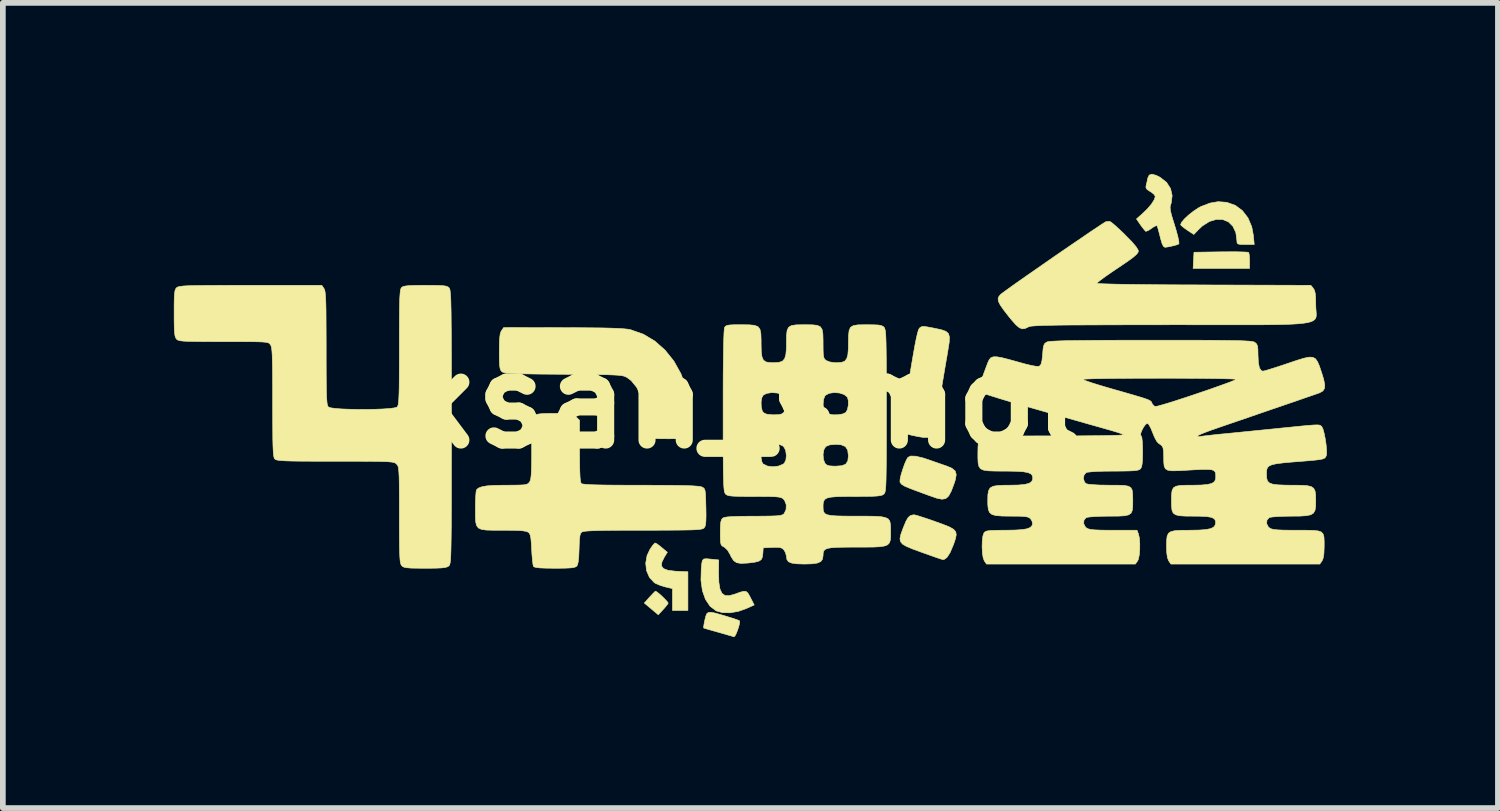
<source format=kicad_pcb>
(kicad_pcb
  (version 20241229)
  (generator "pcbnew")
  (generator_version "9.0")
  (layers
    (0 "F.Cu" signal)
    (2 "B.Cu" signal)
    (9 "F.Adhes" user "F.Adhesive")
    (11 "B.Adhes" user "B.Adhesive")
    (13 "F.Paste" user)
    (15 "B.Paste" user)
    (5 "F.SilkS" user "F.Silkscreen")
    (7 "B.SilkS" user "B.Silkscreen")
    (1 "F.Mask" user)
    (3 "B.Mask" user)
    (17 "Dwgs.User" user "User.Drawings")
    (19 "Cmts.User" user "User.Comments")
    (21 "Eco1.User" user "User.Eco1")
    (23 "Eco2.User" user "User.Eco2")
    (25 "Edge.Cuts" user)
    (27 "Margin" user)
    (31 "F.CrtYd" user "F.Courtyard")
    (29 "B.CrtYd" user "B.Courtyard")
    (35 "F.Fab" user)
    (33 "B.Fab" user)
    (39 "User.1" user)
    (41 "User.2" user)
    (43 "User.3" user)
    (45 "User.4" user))
  (footprint "ksan_smol"
    (layer "F.Cu")
    (at 10.006 3.98)
    (property "Reference" "ksan_smol" (at 0 0 0) (layer "F.SilkS") (effects (font (size 1.524 1.524) (thickness 0.3))))
    (attr through_hole)
    (fp_poly (pts (xy 7.882 -2.463) (xy 7.89 -2.605) (xy 8.361 -2.612) (xy 8.508 -2.613) (xy 8.639 -2.613) (xy 8.744 -2.61) (xy 8.817 -2.607) (xy 8.848 -2.602) (xy 8.848 -2.602) (xy 8.858 -2.569) (xy 8.864 -2.504) (xy 8.865 -2.453) (xy 8.865 -2.321) (xy 7.875 -2.321) (xy 7.882 -2.463)) (stroke (width 0.01) (type solid)) (fill yes) (layer "F.SilkS"))
    (fp_poly (pts (xy -1.753 3.549) (xy -1.662 3.447) (xy -1.609 3.391) (xy -1.57 3.351) (xy -1.557 3.341) (xy -1.533 3.353) (xy -1.486 3.391) (xy -1.438 3.434) (xy -1.382 3.49) (xy -1.344 3.533) (xy -1.334 3.551) (xy -1.35 3.577) (xy -1.39 3.626) (xy -1.422 3.662) (xy -1.508 3.755) (xy -1.753 3.549)) (stroke (width 0.01) (type solid)) (fill yes) (layer "F.SilkS"))
    (fp_poly (pts (xy -1.259 3.296) (xy -1.389 3.265) (xy -1.475 3.239) (xy -1.551 3.207) (xy -1.578 3.191) (xy -1.663 3.099) (xy -1.714 2.981) (xy -1.728 2.85) (xy -1.705 2.716) (xy -1.655 2.61) (xy -1.612 2.546) (xy -1.577 2.505) (xy -1.562 2.495) (xy -1.534 2.509) (xy -1.483 2.547) (xy -1.446 2.577) (xy -1.349 2.659) (xy -1.403 2.746) (xy -1.446 2.834) (xy -1.451 2.899) (xy -1.416 2.945) (xy -1.337 2.975) (xy -1.213 2.99) (xy -1.179 2.992) (xy -0.988 3) (xy -0.988 3.34) (xy -0.988 3.679) (xy -1.259 3.679) (xy -1.259 3.296)) (stroke (width 0.01) (type solid)) (fill yes) (layer "F.SilkS"))
    (fp_poly (pts (xy -0.216 4.13) (xy -0.287 4.11) (xy -0.382 4.082) (xy -0.457 4.061) (xy -0.56 4.032) (xy -0.644 4.008) (xy -0.698 3.991) (xy -0.712 3.986) (xy -0.712 3.961) (xy -0.702 3.901) (xy -0.69 3.842) (xy -0.674 3.778) (xy -0.656 3.735) (xy -0.628 3.714) (xy -0.581 3.711) (xy -0.506 3.726) (xy -0.397 3.757) (xy -0.326 3.778) (xy -0.226 3.809) (xy -0.145 3.835) (xy -0.095 3.854) (xy -0.083 3.86) (xy -0.08 3.89) (xy -0.092 3.948) (xy -0.114 4.017) (xy -0.139 4.082) (xy -0.164 4.129) (xy -0.181 4.141) (xy -0.216 4.13)) (stroke (width 0.01) (type solid)) (fill yes) (layer "F.SilkS"))
    (fp_poly (pts (xy -0.383 3.717) (xy -0.491 3.687) (xy -0.493 3.686) (xy -0.599 3.605) (xy -0.68 3.485) (xy -0.734 3.332) (xy -0.759 3.15) (xy -0.754 2.95) (xy -0.745 2.857) (xy -0.734 2.802) (xy -0.709 2.776) (xy -0.66 2.772) (xy -0.576 2.78) (xy -0.538 2.784) (xy -0.447 2.793) (xy -0.45 3.025) (xy -0.445 3.186) (xy -0.426 3.303) (xy -0.391 3.379) (xy -0.336 3.417) (xy -0.259 3.419) (xy -0.168 3.394) (xy -0.069 3.358) (xy -0.004 3.342) (xy 0.038 3.349) (xy 0.069 3.381) (xy 0.102 3.44) (xy 0.11 3.456) (xy 0.175 3.583) (xy 0.035 3.646) (xy -0.106 3.696) (xy -0.251 3.72) (xy -0.383 3.717)) (stroke (width 0.01) (type solid)) (fill yes) (layer "F.SilkS"))
    (fp_poly (pts (xy 3.379 1.71) (xy 3.255 1.667) (xy 3.254 1.667) (xy 3.137 1.624) (xy 3.007 1.576) (xy 2.917 1.542) (xy 2.818 1.501) (xy 2.759 1.465) (xy 2.733 1.429) (xy 2.732 1.425) (xy 2.734 1.378) (xy 2.751 1.301) (xy 2.779 1.209) (xy 2.811 1.117) (xy 2.845 1.039) (xy 2.871 0.994) (xy 2.921 0.97) (xy 3.009 0.973) (xy 3.138 1.004) (xy 3.235 1.036) (xy 3.346 1.075) (xy 3.459 1.114) (xy 3.551 1.146) (xy 3.552 1.146) (xy 3.646 1.186) (xy 3.701 1.233) (xy 3.719 1.296) (xy 3.704 1.385) (xy 3.679 1.462) (xy 3.631 1.588) (xy 3.586 1.672) (xy 3.535 1.717) (xy 3.469 1.728) (xy 3.379 1.71)) (stroke (width 0.01) (type solid)) (fill yes) (layer "F.SilkS"))
    (fp_poly (pts (xy 3.444 2.775) (xy 3.372 2.751) (xy 3.273 2.716) (xy 3.155 2.674) (xy 3.102 2.655) (xy 2.954 2.601) (xy 2.847 2.556) (xy 2.778 2.516) (xy 2.741 2.472) (xy 2.732 2.419) (xy 2.746 2.35) (xy 2.778 2.259) (xy 2.792 2.224) (xy 2.836 2.117) (xy 2.875 2.049) (xy 2.916 2.014) (xy 2.964 2.002) (xy 2.984 2.002) (xy 3.021 2.01) (xy 3.095 2.033) (xy 3.196 2.066) (xy 3.315 2.107) (xy 3.357 2.122) (xy 3.503 2.175) (xy 3.608 2.218) (xy 3.675 2.258) (xy 3.711 2.3) (xy 3.719 2.352) (xy 3.706 2.42) (xy 3.676 2.51) (xy 3.669 2.528) (xy 3.612 2.663) (xy 3.557 2.749) (xy 3.504 2.786) (xy 3.478 2.786) (xy 3.444 2.775)) (stroke (width 0.01) (type solid)) (fill yes) (layer "F.SilkS"))
    (fp_poly (pts (xy 8.712 -2.742) (xy 8.666 -2.749) (xy 8.647 -2.766) (xy 8.643 -2.799) (xy 8.643 -2.809) (xy 8.624 -2.951) (xy 8.572 -3.061) (xy 8.494 -3.138) (xy 8.395 -3.178) (xy 8.282 -3.181) (xy 8.161 -3.145) (xy 8.038 -3.067) (xy 7.976 -3.009) (xy 7.887 -2.917) (xy 7.771 -2.993) (xy 7.708 -3.038) (xy 7.665 -3.075) (xy 7.655 -3.09) (xy 7.674 -3.132) (xy 7.725 -3.192) (xy 7.797 -3.259) (xy 7.881 -3.325) (xy 7.965 -3.381) (xy 8.01 -3.406) (xy 8.169 -3.467) (xy 8.313 -3.492) (xy 8.459 -3.481) (xy 8.47 -3.479) (xy 8.616 -3.427) (xy 8.739 -3.335) (xy 8.837 -3.208) (xy 8.903 -3.053) (xy 8.931 -2.905) (xy 8.947 -2.741) (xy 8.795 -2.741) (xy 8.712 -2.742)) (stroke (width 0.01) (type solid)) (fill yes) (layer "F.SilkS"))
    (fp_poly (pts (xy 3.062 0.631) (xy 2.943 0.607) (xy 2.864 0.586) (xy 2.815 0.564) (xy 2.789 0.538) (xy 2.775 0.502) (xy 2.775 0.501) (xy 2.775 0.461) (xy 2.782 0.377) (xy 2.797 0.256) (xy 2.818 0.102) (xy 2.845 -0.079) (xy 2.877 -0.282) (xy 2.897 -0.404) (xy 2.936 -0.64) (xy 2.969 -0.831) (xy 2.996 -0.982) (xy 3.019 -1.096) (xy 3.038 -1.179) (xy 3.054 -1.235) (xy 3.069 -1.267) (xy 3.078 -1.277) (xy 3.102 -1.294) (xy 3.125 -1.303) (xy 3.16 -1.303) (xy 3.217 -1.294) (xy 3.308 -1.277) (xy 3.334 -1.272) (xy 3.457 -1.246) (xy 3.538 -1.217) (xy 3.583 -1.177) (xy 3.6 -1.117) (xy 3.596 -1.028) (xy 3.584 -0.95) (xy 3.562 -0.815) (xy 3.535 -0.659) (xy 3.506 -0.488) (xy 3.476 -0.309) (xy 3.445 -0.129) (xy 3.414 0.044) (xy 3.386 0.204) (xy 3.362 0.344) (xy 3.341 0.457) (xy 3.327 0.535) (xy 3.319 0.573) (xy 3.319 0.574) (xy 3.291 0.621) (xy 3.237 0.644) (xy 3.152 0.645) (xy 3.062 0.631)) (stroke (width 0.01) (type solid)) (fill yes) (layer "F.SilkS"))
    (fp_poly (pts (xy 7.355 -2.707) (xy 7.33 -2.757) (xy 7.303 -2.848) (xy 7.298 -2.871) (xy 7.275 -2.96) (xy 7.256 -3.03) (xy 7.244 -3.068) (xy 7.243 -3.07) (xy 7.218 -3.068) (xy 7.17 -3.042) (xy 7.147 -3.025) (xy 7.091 -2.988) (xy 7.05 -2.972) (xy 7.042 -2.973) (xy 7.017 -3) (xy 6.976 -3.052) (xy 6.951 -3.087) (xy 6.881 -3.189) (xy 6.984 -3.28) (xy 7.072 -3.365) (xy 7.145 -3.451) (xy 7.193 -3.527) (xy 7.211 -3.582) (xy 7.191 -3.618) (xy 7.141 -3.659) (xy 7.123 -3.669) (xy 7.067 -3.706) (xy 7.047 -3.74) (xy 7.05 -3.775) (xy 7.067 -3.845) (xy 7.079 -3.905) (xy 7.104 -3.958) (xy 7.152 -3.975) (xy 7.227 -3.954) (xy 7.296 -3.919) (xy 7.408 -3.832) (xy 7.479 -3.722) (xy 7.507 -3.598) (xy 7.49 -3.466) (xy 7.482 -3.443) (xy 7.471 -3.396) (xy 7.476 -3.336) (xy 7.497 -3.251) (xy 7.516 -3.188) (xy 7.569 -3.018) (xy 7.605 -2.888) (xy 7.624 -2.799) (xy 7.626 -2.755) (xy 7.624 -2.751) (xy 7.591 -2.736) (xy 7.529 -2.719) (xy 7.458 -2.703) (xy 7.396 -2.693) (xy 7.381 -2.692) (xy 7.355 -2.707)) (stroke (width 0.01) (type solid)) (fill yes) (layer "F.SilkS"))
    (fp_poly (pts (xy -1.346 0.667) (xy -1.496 0.666) (xy -1.604 0.659) (xy -1.676 0.641) (xy -1.721 0.608) (xy -1.744 0.552) (xy -1.752 0.47) (xy -1.754 0.359) (xy -1.769 0.126) (xy -1.812 -0.071) (xy -1.884 -0.231) (xy -1.982 -0.352) (xy -2.047 -0.401) (xy -2.07 -0.415) (xy -2.094 -0.426) (xy -2.123 -0.435) (xy -2.164 -0.442) (xy -2.22 -0.448) (xy -2.296 -0.452) (xy -2.397 -0.456) (xy -2.528 -0.458) (xy -2.693 -0.46) (xy -2.898 -0.462) (xy -3.147 -0.464) (xy -3.173 -0.464) (xy -3.43 -0.466) (xy -3.642 -0.468) (xy -3.813 -0.471) (xy -3.949 -0.474) (xy -4.053 -0.478) (xy -4.13 -0.483) (xy -4.184 -0.488) (xy -4.22 -0.495) (xy -4.243 -0.504) (xy -4.253 -0.511) (xy -4.272 -0.535) (xy -4.284 -0.57) (xy -4.292 -0.628) (xy -4.296 -0.716) (xy -4.297 -0.843) (xy -4.297 -0.863) (xy -4.295 -1.004) (xy -4.29 -1.104) (xy -4.281 -1.172) (xy -4.266 -1.216) (xy -4.258 -1.229) (xy -4.22 -1.284) (xy -3.178 -1.282) (xy -2.901 -1.281) (xy -2.67 -1.279) (xy -2.48 -1.277) (xy -2.326 -1.273) (xy -2.205 -1.268) (xy -2.112 -1.262) (xy -2.043 -1.255) (xy -1.994 -1.246) (xy -1.77 -1.167) (xy -1.567 -1.046) (xy -1.388 -0.887) (xy -1.234 -0.695) (xy -1.11 -0.473) (xy -1.018 -0.225) (xy -0.96 0.044) (xy -0.939 0.331) (xy -0.939 0.338) (xy -0.939 0.459) (xy -0.945 0.546) (xy -0.964 0.605) (xy -1.003 0.64) (xy -1.069 0.659) (xy -1.168 0.666) (xy -1.309 0.667) (xy -1.346 0.667)) (stroke (width 0.01) (type solid)) (fill yes) (layer "F.SilkS"))
    (fp_poly (pts (xy 4.826 -1.281) (xy 4.768 -1.33) (xy 4.693 -1.414) (xy 4.643 -1.475) (xy 4.552 -1.592) (xy 4.492 -1.678) (xy 4.46 -1.742) (xy 4.453 -1.791) (xy 4.469 -1.832) (xy 4.497 -1.864) (xy 4.53 -1.89) (xy 4.597 -1.939) (xy 4.694 -2.009) (xy 4.816 -2.095) (xy 4.958 -2.195) (xy 5.114 -2.303) (xy 5.279 -2.418) (xy 5.449 -2.536) (xy 5.618 -2.652) (xy 5.781 -2.764) (xy 5.933 -2.867) (xy 6.068 -2.96) (xy 6.183 -3.036) (xy 6.271 -3.095) (xy 6.328 -3.131) (xy 6.346 -3.141) (xy 6.403 -3.146) (xy 6.421 -3.142) (xy 6.451 -3.121) (xy 6.509 -3.072) (xy 6.586 -3.002) (xy 6.674 -2.918) (xy 6.686 -2.905) (xy 6.799 -2.79) (xy 6.873 -2.703) (xy 6.91 -2.644) (xy 6.914 -2.624) (xy 6.906 -2.598) (xy 6.879 -2.565) (xy 6.828 -2.52) (xy 6.747 -2.46) (xy 6.632 -2.381) (xy 6.55 -2.326) (xy 6.433 -2.247) (xy 6.331 -2.176) (xy 6.251 -2.117) (xy 6.201 -2.077) (xy 6.186 -2.061) (xy 6.21 -2.056) (xy 6.282 -2.052) (xy 6.399 -2.048) (xy 6.559 -2.044) (xy 6.761 -2.041) (xy 7.001 -2.038) (xy 7.279 -2.035) (xy 7.591 -2.033) (xy 7.937 -2.032) (xy 8.063 -2.031) (xy 9.94 -2.025) (xy 9.983 -1.973) (xy 10.004 -1.937) (xy 10.017 -1.885) (xy 10.024 -1.806) (xy 10.026 -1.688) (xy 10.026 -1.678) (xy 10.028 -1.622) (xy 10.032 -1.573) (xy 10.035 -1.529) (xy 10.035 -1.491) (xy 10.029 -1.459) (xy 10.013 -1.43) (xy 9.986 -1.407) (xy 9.944 -1.387) (xy 9.885 -1.371) (xy 9.806 -1.359) (xy 9.704 -1.349) (xy 9.577 -1.342) (xy 9.421 -1.337) (xy 9.235 -1.334) (xy 9.014 -1.332) (xy 8.757 -1.332) (xy 8.46 -1.332) (xy 8.121 -1.332) (xy 7.738 -1.333) (xy 7.473 -1.333) (xy 7.065 -1.332) (xy 6.704 -1.332) (xy 6.387 -1.331) (xy 6.111 -1.33) (xy 5.873 -1.329) (xy 5.67 -1.328) (xy 5.5 -1.326) (xy 5.36 -1.323) (xy 5.247 -1.321) (xy 5.159 -1.317) (xy 5.092 -1.313) (xy 5.043 -1.309) (xy 5.011 -1.304) (xy 4.992 -1.298) (xy 4.988 -1.296) (xy 4.929 -1.268) (xy 4.877 -1.261) (xy 4.826 -1.281)) (stroke (width 0.01) (type solid)) (fill yes) (layer "F.SilkS"))
    (fp_poly (pts (xy -3.477 2.937) (xy -3.587 2.933) (xy -3.657 2.924) (xy -3.692 2.912) (xy -3.697 2.908) (xy -3.706 2.872) (xy -3.715 2.798) (xy -3.724 2.698) (xy -3.729 2.609) (xy -3.736 2.487) (xy -3.744 2.405) (xy -3.756 2.353) (xy -3.773 2.321) (xy -3.789 2.307) (xy -3.821 2.293) (xy -3.877 2.283) (xy -3.963 2.276) (xy -4.086 2.273) (xy -4.236 2.272) (xy -4.401 2.272) (xy -4.524 2.269) (xy -4.609 2.257) (xy -4.665 2.231) (xy -4.697 2.187) (xy -4.712 2.119) (xy -4.716 2.021) (xy -4.716 1.889) (xy -4.716 1.887) (xy -4.715 1.77) (xy -4.71 1.669) (xy -4.704 1.597) (xy -4.697 1.563) (xy -4.664 1.533) (xy -4.605 1.51) (xy -4.516 1.494) (xy -4.39 1.485) (xy -4.221 1.482) (xy -4.173 1.482) (xy -4.031 1.481) (xy -3.93 1.479) (xy -3.862 1.475) (xy -3.819 1.467) (xy -3.792 1.454) (xy -3.774 1.435) (xy -3.767 1.427) (xy -3.754 1.401) (xy -3.744 1.36) (xy -3.737 1.299) (xy -3.733 1.211) (xy -3.73 1.089) (xy -3.729 0.927) (xy -3.729 0.838) (xy -3.729 0.661) (xy -3.727 0.527) (xy -3.724 0.428) (xy -3.72 0.36) (xy -3.712 0.315) (xy -3.702 0.286) (xy -3.688 0.267) (xy -3.684 0.263) (xy -3.656 0.246) (xy -3.612 0.234) (xy -3.544 0.226) (xy -3.442 0.223) (xy -3.325 0.222) (xy -3.194 0.223) (xy -3.104 0.225) (xy -3.043 0.231) (xy -3.003 0.243) (xy -2.974 0.26) (xy -2.95 0.283) (xy -2.889 0.343) (xy -2.889 0.883) (xy -2.888 1.08) (xy -2.885 1.232) (xy -2.88 1.342) (xy -2.873 1.412) (xy -2.862 1.448) (xy -2.86 1.452) (xy -2.838 1.46) (xy -2.789 1.466) (xy -2.708 1.472) (xy -2.594 1.476) (xy -2.442 1.479) (xy -2.249 1.481) (xy -2.012 1.482) (xy -1.816 1.482) (xy -1.547 1.483) (xy -1.323 1.484) (xy -1.141 1.486) (xy -0.998 1.489) (xy -0.89 1.494) (xy -0.813 1.5) (xy -0.763 1.507) (xy -0.741 1.514) (xy -0.716 1.528) (xy -0.698 1.547) (xy -0.687 1.58) (xy -0.68 1.635) (xy -0.676 1.721) (xy -0.673 1.847) (xy -0.672 1.869) (xy -0.67 2.006) (xy -0.672 2.102) (xy -0.677 2.166) (xy -0.688 2.206) (xy -0.704 2.231) (xy -0.705 2.232) (xy -0.719 2.242) (xy -0.743 2.25) (xy -0.782 2.257) (xy -0.84 2.262) (xy -0.921 2.266) (xy -1.03 2.268) (xy -1.172 2.27) (xy -1.35 2.271) (xy -1.57 2.272) (xy -1.775 2.272) (xy -2.043 2.272) (xy -2.265 2.273) (xy -2.445 2.275) (xy -2.586 2.278) (xy -2.694 2.282) (xy -2.77 2.287) (xy -2.82 2.294) (xy -2.846 2.302) (xy -2.849 2.303) (xy -2.869 2.326) (xy -2.882 2.365) (xy -2.89 2.43) (xy -2.895 2.531) (xy -2.897 2.596) (xy -2.903 2.74) (xy -2.914 2.837) (xy -2.931 2.892) (xy -2.935 2.898) (xy -2.956 2.914) (xy -2.991 2.926) (xy -3.049 2.933) (xy -3.137 2.937) (xy -3.263 2.939) (xy -3.323 2.939) (xy -3.477 2.937)) (stroke (width 0.01) (type solid)) (fill yes) (layer "F.SilkS"))
    (fp_poly (pts (xy -5.743 2.938) (xy -5.847 2.936) (xy -5.918 2.93) (xy -5.963 2.922) (xy -5.992 2.909) (xy -6.009 2.893) (xy -6.02 2.877) (xy -6.029 2.851) (xy -6.036 2.81) (xy -6.041 2.75) (xy -6.045 2.666) (xy -6.048 2.551) (xy -6.049 2.402) (xy -6.05 2.213) (xy -6.05 2.004) (xy -6.05 1.778) (xy -6.051 1.595) (xy -6.052 1.452) (xy -6.054 1.342) (xy -6.058 1.261) (xy -6.063 1.204) (xy -6.069 1.165) (xy -6.078 1.139) (xy -6.09 1.122) (xy -6.1 1.111) (xy -6.113 1.099) (xy -6.131 1.089) (xy -6.157 1.081) (xy -6.197 1.075) (xy -6.254 1.07) (xy -6.334 1.067) (xy -6.442 1.064) (xy -6.581 1.063) (xy -6.756 1.062) (xy -6.973 1.062) (xy -7.172 1.062) (xy -7.427 1.062) (xy -7.637 1.061) (xy -7.807 1.06) (xy -7.94 1.058) (xy -8.042 1.055) (xy -8.118 1.05) (xy -8.17 1.045) (xy -8.205 1.038) (xy -8.225 1.03) (xy -8.234 1.023) (xy -8.244 1.008) (xy -8.252 0.982) (xy -8.258 0.941) (xy -8.263 0.879) (xy -8.267 0.793) (xy -8.27 0.677) (xy -8.271 0.527) (xy -8.272 0.338) (xy -8.273 0.106) (xy -8.273 0.028) (xy -8.273 -0.219) (xy -8.274 -0.421) (xy -8.275 -0.583) (xy -8.278 -0.71) (xy -8.281 -0.807) (xy -8.286 -0.877) (xy -8.292 -0.927) (xy -8.3 -0.959) (xy -8.31 -0.98) (xy -8.311 -0.982) (xy -8.323 -0.997) (xy -8.337 -1.01) (xy -8.36 -1.019) (xy -8.396 -1.026) (xy -8.452 -1.031) (xy -8.531 -1.034) (xy -8.641 -1.036) (xy -8.785 -1.037) (xy -8.969 -1.037) (xy -9.135 -1.037) (xy -9.353 -1.037) (xy -9.528 -1.038) (xy -9.663 -1.04) (xy -9.766 -1.042) (xy -9.84 -1.046) (xy -9.891 -1.052) (xy -9.924 -1.06) (xy -9.946 -1.069) (xy -9.96 -1.082) (xy -9.96 -1.082) (xy -9.976 -1.106) (xy -9.987 -1.143) (xy -9.994 -1.201) (xy -9.999 -1.288) (xy -10.001 -1.41) (xy -10.001 -1.535) (xy -10.001 -1.688) (xy -9.999 -1.799) (xy -9.994 -1.877) (xy -9.987 -1.927) (xy -9.976 -1.96) (xy -9.96 -1.981) (xy -9.956 -1.984) (xy -9.942 -1.993) (xy -9.92 -2.001) (xy -9.886 -2.007) (xy -9.835 -2.013) (xy -9.763 -2.017) (xy -9.667 -2.02) (xy -9.542 -2.022) (xy -9.384 -2.023) (xy -9.189 -2.024) (xy -8.953 -2.025) (xy -8.672 -2.025) (xy -8.661 -2.025) (xy -7.411 -2.025) (xy -7.373 -1.97) (xy -7.363 -1.951) (xy -7.355 -1.92) (xy -7.349 -1.874) (xy -7.344 -1.808) (xy -7.34 -1.717) (xy -7.337 -1.596) (xy -7.336 -1.442) (xy -7.335 -1.248) (xy -7.334 -1.012) (xy -7.334 -0.922) (xy -7.334 -0.671) (xy -7.333 -0.465) (xy -7.332 -0.3) (xy -7.33 -0.17) (xy -7.327 -0.071) (xy -7.322 0.001) (xy -7.317 0.051) (xy -7.309 0.084) (xy -7.301 0.103) (xy -7.295 0.109) (xy -7.257 0.124) (xy -7.177 0.135) (xy -7.067 0.144) (xy -6.933 0.149) (xy -6.785 0.152) (xy -6.631 0.153) (xy -6.482 0.15) (xy -6.344 0.145) (xy -6.228 0.137) (xy -6.141 0.126) (xy -6.093 0.113) (xy -6.089 0.109) (xy -6.079 0.095) (xy -6.071 0.07) (xy -6.065 0.029) (xy -6.06 -0.031) (xy -6.056 -0.116) (xy -6.053 -0.229) (xy -6.052 -0.376) (xy -6.051 -0.56) (xy -6.05 -0.787) (xy -6.05 -0.938) (xy -6.05 -1.191) (xy -6.049 -1.4) (xy -6.048 -1.567) (xy -6.046 -1.699) (xy -6.043 -1.8) (xy -6.038 -1.874) (xy -6.033 -1.925) (xy -6.026 -1.959) (xy -6.017 -1.979) (xy -6.011 -1.986) (xy -5.988 -2.002) (xy -5.948 -2.012) (xy -5.884 -2.019) (xy -5.788 -2.023) (xy -5.654 -2.025) (xy -5.595 -2.025) (xy -5.449 -2.024) (xy -5.344 -2.022) (xy -5.272 -2.017) (xy -5.225 -2.009) (xy -5.196 -1.996) (xy -5.177 -1.98) (xy -5.171 -1.969) (xy -5.164 -1.952) (xy -5.159 -1.924) (xy -5.155 -1.884) (xy -5.151 -1.828) (xy -5.147 -1.754) (xy -5.145 -1.658) (xy -5.142 -1.537) (xy -5.141 -1.389) (xy -5.139 -1.211) (xy -5.138 -1) (xy -5.137 -0.752) (xy -5.137 -0.465) (xy -5.137 -0.137) (xy -5.136 0.237) (xy -5.136 0.461) (xy -5.136 0.859) (xy -5.137 1.21) (xy -5.137 1.518) (xy -5.137 1.785) (xy -5.138 2.015) (xy -5.139 2.209) (xy -5.141 2.372) (xy -5.143 2.507) (xy -5.145 2.615) (xy -5.148 2.701) (xy -5.151 2.766) (xy -5.155 2.814) (xy -5.16 2.848) (xy -5.166 2.872) (xy -5.172 2.886) (xy -5.179 2.896) (xy -5.182 2.898) (xy -5.207 2.914) (xy -5.246 2.925) (xy -5.308 2.933) (xy -5.399 2.937) (xy -5.528 2.939) (xy -5.598 2.939) (xy -5.743 2.938)) (stroke (width 0.01) (type solid)) (fill yes) (layer "F.SilkS"))
    (fp_poly (pts (xy 0.923 2.861) (xy 0.832 2.848) (xy 0.776 2.824) (xy 0.748 2.784) (xy 0.741 2.73) (xy 0.725 2.667) (xy 0.698 2.619) (xy 0.667 2.59) (xy 0.627 2.575) (xy 0.564 2.571) (xy 0.494 2.573) (xy 0.333 2.581) (xy 0.326 2.687) (xy 0.317 2.747) (xy 0.297 2.788) (xy 0.255 2.815) (xy 0.183 2.833) (xy 0.071 2.847) (xy 0.054 2.848) (xy -0.058 2.854) (xy -0.134 2.841) (xy -0.187 2.803) (xy -0.231 2.734) (xy -0.244 2.704) (xy -0.291 2.624) (xy -0.345 2.571) (xy -0.357 2.564) (xy -0.387 2.548) (xy -0.405 2.526) (xy -0.415 2.486) (xy -0.419 2.419) (xy -0.42 2.314) (xy -0.418 2.203) (xy -0.412 2.131) (xy -0.399 2.087) (xy -0.379 2.061) (xy -0.377 2.059) (xy -0.347 2.047) (xy -0.292 2.038) (xy -0.205 2.032) (xy -0.082 2.028) (xy 0.084 2.026) (xy 0.163 2.026) (xy 0.333 2.025) (xy 0.461 2.023) (xy 0.553 2.02) (xy 0.616 2.015) (xy 0.657 2.006) (xy 0.683 1.995) (xy 0.7 1.98) (xy 0.734 1.909) (xy 0.737 1.824) (xy 0.707 1.747) (xy 0.691 1.729) (xy 0.671 1.711) (xy 0.644 1.699) (xy 0.604 1.69) (xy 0.544 1.684) (xy 0.455 1.681) (xy 0.331 1.68) (xy 0.177 1.679) (xy 0.012 1.679) (xy -0.11 1.677) (xy -0.196 1.674) (xy -0.255 1.668) (xy -0.293 1.659) (xy -0.317 1.646) (xy -0.33 1.634) (xy -0.338 1.621) (xy -0.346 1.6) (xy -0.352 1.567) (xy -0.357 1.518) (xy -0.361 1.45) (xy -0.364 1.359) (xy -0.367 1.24) (xy -0.368 1.09) (xy -0.369 0.906) (xy -0.37 0.683) (xy -0.37 0.417) (xy -0.37 0.175) (xy -0.37 -0.17) (xy -0.369 -0.47) (xy -0.366 -0.724) (xy -0.363 -0.932) (xy -0.359 -1.093) (xy -0.354 -1.206) (xy -0.348 -1.271) (xy -0.345 -1.286) (xy -0.329 -1.307) (xy -0.301 -1.321) (xy -0.253 -1.329) (xy -0.174 -1.333) (xy -0.056 -1.333) (xy -0.052 -1.333) (xy 0.085 -1.332) (xy 0.18 -1.323) (xy 0.242 -1.299) (xy 0.276 -1.253) (xy 0.292 -1.177) (xy 0.296 -1.064) (xy 0.296 -0.996) (xy 0.299 -0.862) (xy 0.311 -0.771) (xy 0.336 -0.713) (xy 0.38 -0.681) (xy 0.449 -0.669) (xy 0.514 -0.667) (xy 0.605 -0.672) (xy 0.668 -0.692) (xy 0.708 -0.735) (xy 0.73 -0.807) (xy 0.74 -0.916) (xy 0.741 -1.011) (xy 0.742 -1.142) (xy 0.752 -1.232) (xy 0.778 -1.288) (xy 0.827 -1.318) (xy 0.908 -1.331) (xy 1.029 -1.333) (xy 1.062 -1.333) (xy 1.191 -1.332) (xy 1.279 -1.323) (xy 1.335 -1.298) (xy 1.366 -1.25) (xy 1.38 -1.171) (xy 1.383 -1.053) (xy 1.383 -1) (xy 1.384 -0.884) (xy 1.387 -0.807) (xy 1.396 -0.758) (xy 1.411 -0.729) (xy 1.435 -0.707) (xy 1.438 -0.705) (xy 1.502 -0.68) (xy 1.594 -0.667) (xy 1.622 -0.667) (xy 1.704 -0.672) (xy 1.761 -0.692) (xy 1.797 -0.735) (xy 1.818 -0.807) (xy 1.827 -0.917) (xy 1.828 -1.012) (xy 1.83 -1.142) (xy 1.84 -1.232) (xy 1.865 -1.288) (xy 1.914 -1.318) (xy 1.994 -1.331) (xy 2.113 -1.333) (xy 2.153 -1.333) (xy 2.274 -1.332) (xy 2.355 -1.328) (xy 2.406 -1.318) (xy 2.439 -1.302) (xy 2.453 -1.288) (xy 2.462 -1.275) (xy 2.469 -1.254) (xy 2.476 -1.221) (xy 2.481 -1.173) (xy 2.485 -1.105) (xy 2.488 -1.013) (xy 2.49 -0.895) (xy 2.492 -0.746) (xy 2.493 -0.561) (xy 2.494 -0.339) (xy 2.494 -0.074) (xy 2.494 -0.002) (xy 1.827 -0.002) (xy 1.81 -0.062) (xy 1.808 -0.064) (xy 1.753 -0.109) (xy 1.67 -0.136) (xy 1.576 -0.143) (xy 1.489 -0.13) (xy 1.426 -0.096) (xy 1.416 -0.085) (xy 1.391 -0.022) (xy 1.385 0.049) (xy 0.74 0.049) (xy 0.736 -0.026) (xy 0.722 -0.064) (xy 0.666 -0.108) (xy 0.581 -0.135) (xy 0.484 -0.143) (xy 0.394 -0.129) (xy 0.334 -0.099) (xy 0.308 -0.051) (xy 0.296 0.024) (xy 0.299 0.107) (xy 0.316 0.178) (xy 0.335 0.208) (xy 0.39 0.235) (xy 0.486 0.246) (xy 0.519 0.247) (xy 0.606 0.244) (xy 0.658 0.232) (xy 0.692 0.206) (xy 0.702 0.192) (xy 0.728 0.129) (xy 0.74 0.049) (xy 1.385 0.049) (xy 1.384 0.061) (xy 1.392 0.143) (xy 1.417 0.202) (xy 1.422 0.208) (xy 1.475 0.234) (xy 1.558 0.247) (xy 1.649 0.246) (xy 1.731 0.231) (xy 1.782 0.206) (xy 1.811 0.155) (xy 1.826 0.078) (xy 1.827 -0.002) (xy 2.494 -0.002) (xy 2.494 0.177) (xy 2.494 0.478) (xy 2.494 0.734) (xy 2.493 0.948) (xy 2.493 0.964) (xy 1.827 0.964) (xy 1.815 0.866) (xy 1.775 0.804) (xy 1.7 0.773) (xy 1.612 0.766) (xy 1.502 0.774) (xy 1.435 0.801) (xy 1.428 0.806) (xy 1.396 0.863) (xy 1.383 0.945) (xy 1.384 0.957) (xy 0.739 0.957) (xy 0.727 0.873) (xy 0.702 0.82) (xy 0.671 0.788) (xy 0.627 0.772) (xy 0.553 0.766) (xy 0.523 0.766) (xy 0.437 0.772) (xy 0.368 0.787) (xy 0.34 0.8) (xy 0.312 0.846) (xy 0.297 0.921) (xy 0.296 1.003) (xy 0.31 1.074) (xy 0.331 1.109) (xy 0.407 1.146) (xy 0.504 1.158) (xy 0.603 1.146) (xy 0.684 1.112) (xy 0.702 1.097) (xy 0.731 1.039) (xy 0.739 0.957) (xy 1.384 0.957) (xy 1.39 1.03) (xy 1.417 1.099) (xy 1.418 1.1) (xy 1.449 1.128) (xy 1.499 1.143) (xy 1.581 1.148) (xy 1.605 1.148) (xy 1.713 1.14) (xy 1.781 1.112) (xy 1.817 1.057) (xy 1.827 0.97) (xy 1.827 0.964) (xy 2.493 0.964) (xy 2.492 1.124) (xy 2.49 1.266) (xy 2.488 1.378) (xy 2.485 1.464) (xy 2.481 1.527) (xy 2.476 1.572) (xy 2.47 1.602) (xy 2.462 1.622) (xy 2.453 1.634) (xy 2.449 1.638) (xy 2.427 1.653) (xy 2.392 1.664) (xy 2.339 1.671) (xy 2.259 1.676) (xy 2.146 1.678) (xy 1.993 1.679) (xy 1.934 1.679) (xy 1.756 1.68) (xy 1.62 1.683) (xy 1.523 1.691) (xy 1.456 1.706) (xy 1.415 1.729) (xy 1.393 1.763) (xy 1.384 1.809) (xy 1.383 1.858) (xy 1.385 1.911) (xy 1.394 1.952) (xy 1.417 1.981) (xy 1.459 2.001) (xy 1.526 2.014) (xy 1.624 2.021) (xy 1.76 2.024) (xy 1.938 2.025) (xy 1.959 2.025) (xy 2.148 2.025) (xy 2.293 2.027) (xy 2.4 2.034) (xy 2.475 2.049) (xy 2.524 2.072) (xy 2.552 2.109) (xy 2.564 2.16) (xy 2.568 2.229) (xy 2.568 2.297) (xy 2.568 2.381) (xy 2.563 2.445) (xy 2.547 2.493) (xy 2.515 2.527) (xy 2.462 2.548) (xy 2.38 2.561) (xy 2.266 2.567) (xy 2.112 2.568) (xy 1.959 2.568) (xy 1.776 2.569) (xy 1.636 2.572) (xy 1.534 2.578) (xy 1.464 2.59) (xy 1.42 2.608) (xy 1.395 2.635) (xy 1.385 2.671) (xy 1.383 2.714) (xy 1.374 2.777) (xy 1.344 2.82) (xy 1.285 2.847) (xy 1.19 2.861) (xy 1.056 2.865) (xy 0.923 2.861)) (stroke (width 0.01) (type solid)) (fill yes) (layer "F.SilkS"))
    (fp_poly (pts (xy 7.447 2.81) (xy 7.424 2.754) (xy 7.412 2.665) (xy 7.408 2.554) (xy 7.41 2.45) (xy 7.419 2.376) (xy 7.442 2.325) (xy 7.487 2.295) (xy 7.56 2.279) (xy 7.669 2.273) (xy 7.818 2.272) (xy 7.981 2.269) (xy 8.101 2.26) (xy 8.184 2.243) (xy 8.236 2.217) (xy 8.262 2.18) (xy 8.268 2.157) (xy 8.268 2.107) (xy 8.246 2.071) (xy 8.197 2.046) (xy 8.115 2.032) (xy 7.994 2.026) (xy 7.893 2.025) (xy 7.745 2.024) (xy 7.639 2.018) (xy 7.568 2.001) (xy 7.525 1.97) (xy 7.504 1.92) (xy 7.496 1.845) (xy 7.495 1.759) (xy 7.496 1.652) (xy 7.505 1.577) (xy 7.529 1.528) (xy 7.575 1.5) (xy 7.65 1.486) (xy 7.763 1.482) (xy 7.863 1.482) (xy 8.017 1.479) (xy 8.129 1.469) (xy 8.204 1.45) (xy 8.249 1.42) (xy 8.269 1.377) (xy 8.272 1.338) (xy 8.271 1.289) (xy 8.263 1.252) (xy 8.242 1.227) (xy 8.202 1.211) (xy 8.137 1.205) (xy 8.04 1.205) (xy 7.906 1.211) (xy 7.75 1.22) (xy 7.603 1.228) (xy 7.499 1.229) (xy 7.43 1.219) (xy 7.388 1.193) (xy 7.367 1.148) (xy 7.36 1.078) (xy 7.359 0.983) (xy 7.356 0.886) (xy 7.346 0.824) (xy 7.323 0.786) (xy 7.282 0.756) (xy 7.273 0.751) (xy 7.237 0.713) (xy 7.197 0.639) (xy 7.165 0.56) (xy 7.13 0.475) (xy 7.097 0.417) (xy 7.073 0.395) (xy 7.043 0.414) (xy 7.008 0.459) (xy 6.977 0.517) (xy 6.956 0.571) (xy 6.955 0.607) (xy 6.961 0.612) (xy 6.975 0.642) (xy 6.984 0.72) (xy 6.988 0.846) (xy 6.989 0.889) (xy 6.987 1.017) (xy 6.981 1.103) (xy 6.971 1.159) (xy 6.954 1.191) (xy 6.95 1.196) (xy 6.928 1.21) (xy 6.891 1.221) (xy 6.832 1.228) (xy 6.743 1.232) (xy 6.618 1.234) (xy 6.479 1.235) (xy 6.324 1.236) (xy 6.19 1.24) (xy 6.086 1.247) (xy 6.018 1.255) (xy 5.999 1.26) (xy 5.961 1.305) (xy 5.951 1.368) (xy 5.97 1.428) (xy 5.999 1.456) (xy 6.041 1.465) (xy 6.122 1.473) (xy 6.232 1.479) (xy 6.362 1.481) (xy 6.406 1.482) (xy 6.557 1.482) (xy 6.665 1.486) (xy 6.738 1.499) (xy 6.783 1.525) (xy 6.806 1.57) (xy 6.814 1.637) (xy 6.816 1.732) (xy 6.816 1.762) (xy 6.815 1.858) (xy 6.807 1.926) (xy 6.785 1.973) (xy 6.743 2.002) (xy 6.673 2.018) (xy 6.569 2.024) (xy 6.423 2.025) (xy 6.392 2.025) (xy 6.262 2.027) (xy 6.147 2.032) (xy 6.058 2.039) (xy 6.006 2.048) (xy 5.999 2.051) (xy 5.96 2.095) (xy 5.955 2.156) (xy 5.985 2.215) (xy 6.006 2.233) (xy 6.036 2.248) (xy 6.083 2.259) (xy 6.154 2.266) (xy 6.255 2.27) (xy 6.396 2.272) (xy 6.476 2.272) (xy 6.891 2.272) (xy 6.915 2.335) (xy 6.932 2.409) (xy 6.939 2.508) (xy 6.938 2.615) (xy 6.929 2.713) (xy 6.912 2.788) (xy 6.901 2.81) (xy 6.862 2.865) (xy 4.25 2.865) (xy 4.212 2.81) (xy 4.191 2.753) (xy 4.178 2.666) (xy 4.173 2.562) (xy 4.176 2.459) (xy 4.187 2.372) (xy 4.207 2.316) (xy 4.208 2.315) (xy 4.227 2.298) (xy 4.258 2.285) (xy 4.311 2.278) (xy 4.392 2.274) (xy 4.51 2.272) (xy 4.584 2.272) (xy 4.751 2.269) (xy 4.876 2.261) (xy 4.963 2.246) (xy 5.019 2.223) (xy 5.049 2.19) (xy 5.058 2.164) (xy 5.049 2.113) (xy 5.024 2.072) (xy 5 2.052) (xy 4.967 2.039) (xy 4.915 2.031) (xy 4.835 2.026) (xy 4.717 2.025) (xy 4.676 2.025) (xy 4.526 2.023) (xy 4.419 2.015) (xy 4.347 1.996) (xy 4.303 1.96) (xy 4.281 1.905) (xy 4.273 1.824) (xy 4.272 1.759) (xy 4.274 1.653) (xy 4.286 1.579) (xy 4.314 1.53) (xy 4.365 1.501) (xy 4.448 1.487) (xy 4.569 1.482) (xy 4.651 1.482) (xy 4.808 1.479) (xy 4.923 1.468) (xy 4.999 1.448) (xy 5.043 1.418) (xy 5.061 1.375) (xy 5.062 1.358) (xy 5.055 1.315) (xy 5.029 1.283) (xy 4.978 1.261) (xy 4.898 1.246) (xy 4.781 1.238) (xy 4.622 1.235) (xy 4.567 1.235) (xy 4.404 1.234) (xy 4.285 1.23) (xy 4.201 1.218) (xy 4.147 1.194) (xy 4.117 1.152) (xy 4.103 1.09) (xy 4.099 1.002) (xy 4.099 0.922) (xy 4.101 0.81) (xy 4.107 0.737) (xy 4.12 0.691) (xy 4.141 0.661) (xy 4.144 0.658) (xy 4.158 0.649) (xy 4.181 0.641) (xy 4.215 0.635) (xy 4.266 0.63) (xy 4.338 0.626) (xy 4.434 0.623) (xy 4.56 0.62) (xy 4.718 0.619) (xy 4.913 0.618) (xy 5.15 0.617) (xy 5.431 0.617) (xy 5.433 0.617) (xy 5.675 0.617) (xy 5.9 0.616) (xy 6.105 0.614) (xy 6.284 0.612) (xy 6.433 0.609) (xy 6.547 0.606) (xy 6.622 0.602) (xy 6.653 0.598) (xy 6.654 0.597) (xy 6.647 0.592) (xy 6.638 0.587) (xy 6.623 0.58) (xy 6.598 0.571) (xy 6.559 0.558) (xy 6.503 0.541) (xy 6.426 0.518) (xy 6.323 0.489) (xy 6.193 0.452) (xy 6.029 0.406) (xy 5.83 0.349) (xy 5.591 0.282) (xy 5.309 0.202) (xy 5.285 0.196) (xy 5.062 0.132) (xy 4.853 0.072) (xy 4.662 0.016) (xy 4.495 -0.034) (xy 4.358 -0.077) (xy 4.253 -0.11) (xy 4.188 -0.134) (xy 4.167 -0.144) (xy 4.132 -0.191) (xy 4.124 -0.223) (xy 4.133 -0.269) (xy 4.158 -0.352) (xy 4.197 -0.464) (xy 4.246 -0.596) (xy 4.276 -0.674) (xy 4.299 -0.722) (xy 4.327 -0.754) (xy 4.369 -0.77) (xy 4.429 -0.771) (xy 4.517 -0.756) (xy 4.639 -0.725) (xy 4.77 -0.689) (xy 4.924 -0.646) (xy 5.037 -0.619) (xy 5.114 -0.605) (xy 5.162 -0.603) (xy 5.182 -0.609) (xy 5.207 -0.641) (xy 5.223 -0.704) (xy 5.235 -0.808) (xy 5.235 -0.817) (xy 5.243 -0.912) (xy 5.255 -0.971) (xy 5.273 -1.005) (xy 5.304 -1.027) (xy 5.309 -1.03) (xy 5.332 -1.036) (xy 5.377 -1.042) (xy 5.446 -1.046) (xy 5.542 -1.05) (xy 5.668 -1.054) (xy 5.826 -1.056) (xy 6.021 -1.058) (xy 6.254 -1.06) (xy 6.528 -1.061) (xy 6.847 -1.061) (xy 7.137 -1.061) (xy 7.479 -1.061) (xy 7.775 -1.061) (xy 8.028 -1.061) (xy 8.242 -1.06) (xy 8.42 -1.058) (xy 8.565 -1.056) (xy 8.682 -1.054) (xy 8.773 -1.05) (xy 8.842 -1.046) (xy 8.891 -1.042) (xy 8.925 -1.036) (xy 8.948 -1.029) (xy 8.959 -1.023) (xy 8.987 -0.998) (xy 9.004 -0.962) (xy 9.011 -0.904) (xy 9.013 -0.81) (xy 9.013 -0.8) (xy 9.02 -0.663) (xy 9.039 -0.573) (xy 9.072 -0.526) (xy 9.099 -0.519) (xy 9.133 -0.526) (xy 9.205 -0.547) (xy 9.307 -0.579) (xy 9.43 -0.619) (xy 9.531 -0.653) (xy 9.694 -0.708) (xy 9.818 -0.746) (xy 9.908 -0.765) (xy 9.973 -0.762) (xy 10.02 -0.738) (xy 10.056 -0.688) (xy 10.089 -0.612) (xy 10.124 -0.508) (xy 10.127 -0.5) (xy 10.165 -0.376) (xy 8.627 -0.376) (xy 8.601 -0.38) (xy 8.531 -0.383) (xy 8.422 -0.386) (xy 8.281 -0.389) (xy 8.112 -0.391) (xy 7.921 -0.393) (xy 7.714 -0.394) (xy 7.497 -0.395) (xy 7.274 -0.395) (xy 7.051 -0.394) (xy 6.834 -0.394) (xy 6.629 -0.392) (xy 6.44 -0.391) (xy 6.274 -0.388) (xy 6.135 -0.386) (xy 6.03 -0.382) (xy 5.964 -0.379) (xy 5.942 -0.375) (xy 5.961 -0.363) (xy 6.021 -0.34) (xy 6.116 -0.308) (xy 6.24 -0.27) (xy 6.385 -0.227) (xy 6.478 -0.2) (xy 6.672 -0.145) (xy 6.824 -0.101) (xy 6.939 -0.067) (xy 7.022 -0.041) (xy 7.08 -0.02) (xy 7.116 -0.003) (xy 7.137 0.013) (xy 7.148 0.029) (xy 7.154 0.048) (xy 7.154 0.049) (xy 7.188 0.091) (xy 7.22 0.1) (xy 7.258 0.093) (xy 7.333 0.072) (xy 7.439 0.041) (xy 7.568 0.000059) (xy 7.712 -0.047) (xy 7.867 -0.098) (xy 8.023 -0.151) (xy 8.175 -0.203) (xy 8.316 -0.253) (xy 8.439 -0.297) (xy 8.536 -0.333) (xy 8.601 -0.36) (xy 8.627 -0.375) (xy 8.627 -0.376) (xy 10.165 -0.376) (xy 10.166 -0.371) (xy 10.184 -0.278) (xy 10.179 -0.214) (xy 10.15 -0.171) (xy 10.096 -0.14) (xy 10.072 -0.131) (xy 10.029 -0.116) (xy 9.945 -0.087) (xy 9.828 -0.047) (xy 9.682 0.004) (xy 9.515 0.061) (xy 9.332 0.124) (xy 9.223 0.161) (xy 9.025 0.229) (xy 8.829 0.297) (xy 8.644 0.36) (xy 8.477 0.417) (xy 8.338 0.465) (xy 8.235 0.501) (xy 8.205 0.511) (xy 8.102 0.549) (xy 8.019 0.582) (xy 7.966 0.607) (xy 7.952 0.62) (xy 7.97 0.632) (xy 7.982 0.63) (xy 8.017 0.624) (xy 8.091 0.615) (xy 8.196 0.603) (xy 8.323 0.589) (xy 8.408 0.581) (xy 8.553 0.567) (xy 8.733 0.549) (xy 8.934 0.529) (xy 9.143 0.508) (xy 9.345 0.488) (xy 9.409 0.481) (xy 9.609 0.461) (xy 9.766 0.445) (xy 9.885 0.434) (xy 9.972 0.427) (xy 10.032 0.424) (xy 10.072 0.425) (xy 10.097 0.429) (xy 10.113 0.437) (xy 10.125 0.448) (xy 10.133 0.456) (xy 10.153 0.497) (xy 10.174 0.574) (xy 10.193 0.67) (xy 10.208 0.773) (xy 10.216 0.866) (xy 10.216 0.937) (xy 10.212 0.959) (xy 10.201 0.986) (xy 10.183 1.006) (xy 10.149 1.021) (xy 10.093 1.033) (xy 10.007 1.043) (xy 9.884 1.054) (xy 9.785 1.062) (xy 9.594 1.077) (xy 9.447 1.091) (xy 9.337 1.105) (xy 9.26 1.122) (xy 9.21 1.144) (xy 9.18 1.172) (xy 9.166 1.21) (xy 9.162 1.259) (xy 9.162 1.297) (xy 9.166 1.363) (xy 9.181 1.411) (xy 9.216 1.444) (xy 9.276 1.465) (xy 9.368 1.476) (xy 9.498 1.481) (xy 9.61 1.482) (xy 9.762 1.483) (xy 9.872 1.489) (xy 9.946 1.506) (xy 9.991 1.537) (xy 10.015 1.587) (xy 10.024 1.661) (xy 10.026 1.759) (xy 10.024 1.854) (xy 10.013 1.924) (xy 9.986 1.971) (xy 9.937 2.001) (xy 9.858 2.017) (xy 9.744 2.024) (xy 9.592 2.025) (xy 9.465 2.027) (xy 9.352 2.032) (xy 9.265 2.039) (xy 9.214 2.048) (xy 9.209 2.051) (xy 9.17 2.095) (xy 9.165 2.156) (xy 9.195 2.215) (xy 9.217 2.233) (xy 9.246 2.248) (xy 9.292 2.259) (xy 9.362 2.266) (xy 9.462 2.27) (xy 9.6 2.272) (xy 9.697 2.272) (xy 9.862 2.272) (xy 9.983 2.275) (xy 10.069 2.284) (xy 10.124 2.303) (xy 10.155 2.337) (xy 10.17 2.39) (xy 10.174 2.464) (xy 10.174 2.561) (xy 10.169 2.686) (xy 10.154 2.77) (xy 10.136 2.81) (xy 10.097 2.865) (xy 7.485 2.865) (xy 7.447 2.81)) (stroke (width 0.01) (type solid)) (fill yes) (layer "F.SilkS")))
  (gr_rect
    (start -3 -3)
    (end 23.228 11.126)
    (stroke (width 0.1) (type default))
    (fill no)
    (layer "Edge.Cuts")))
</source>
